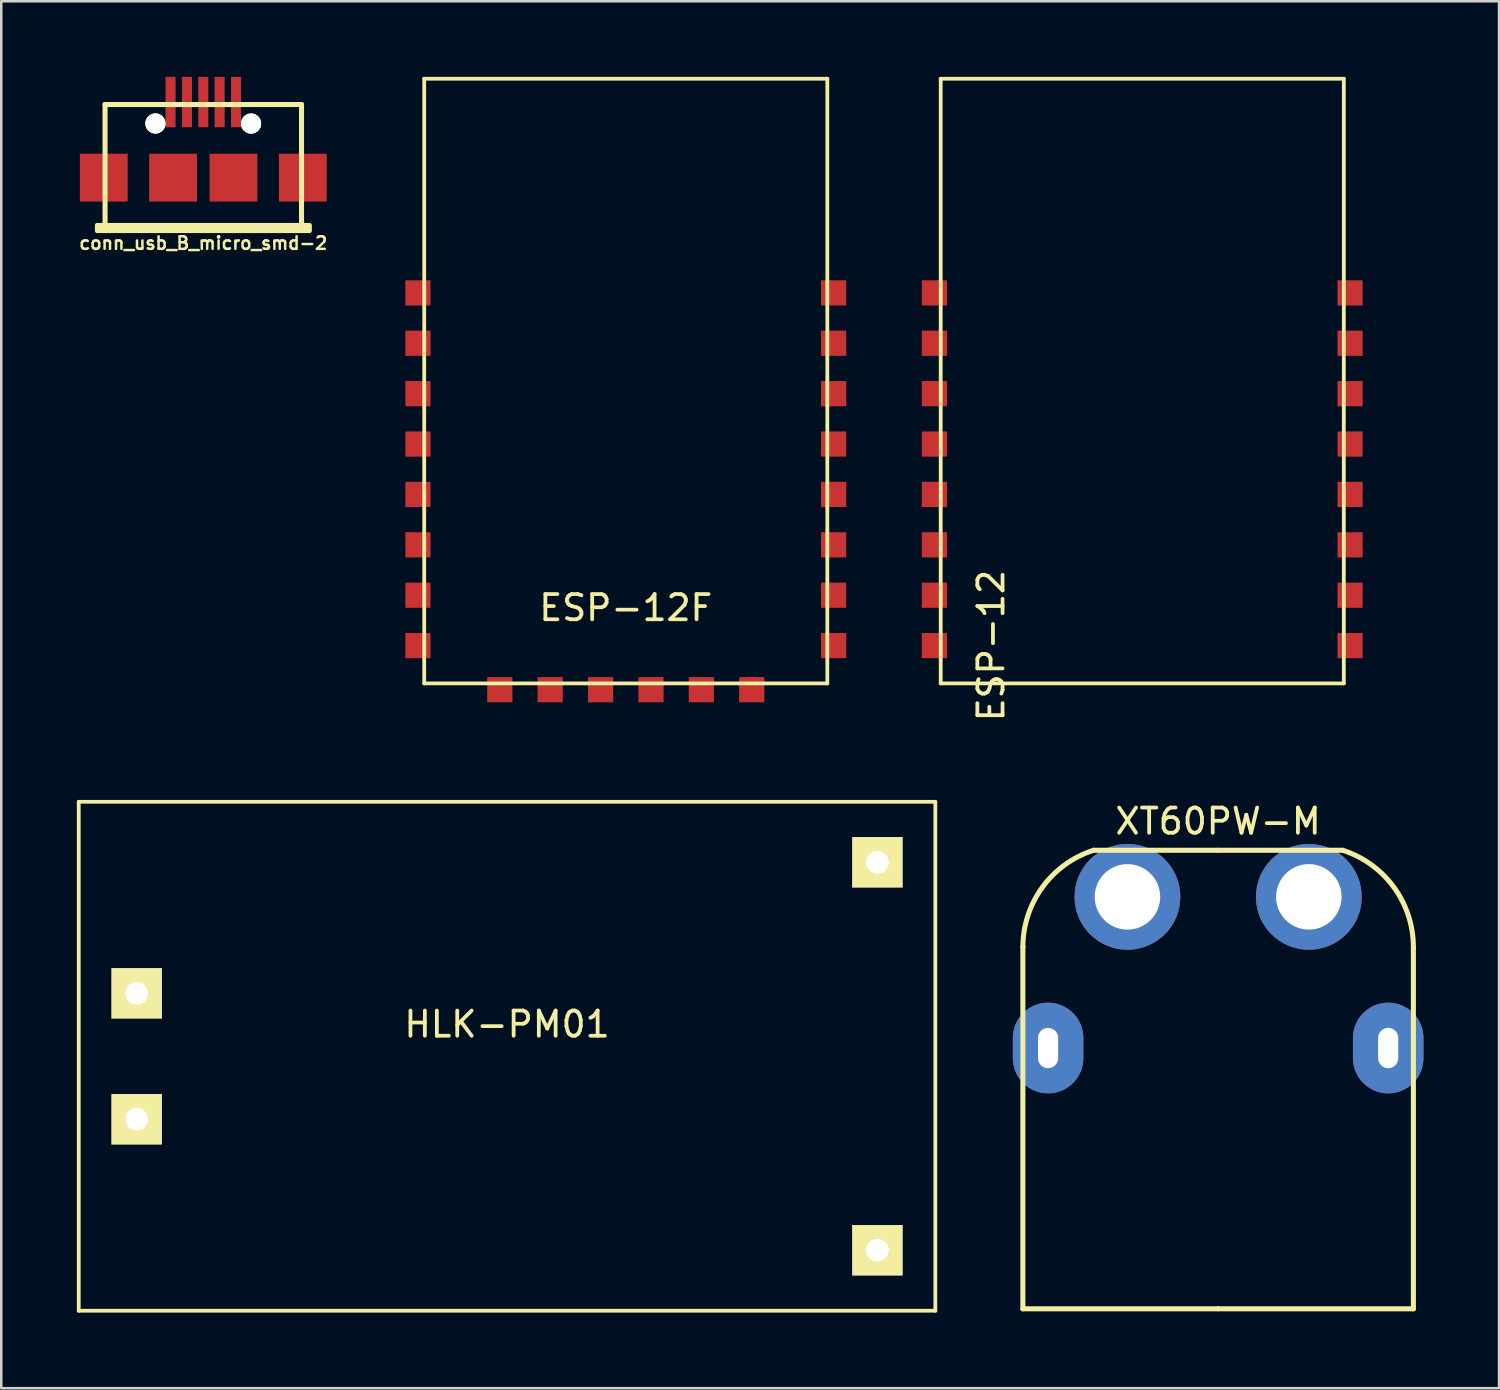
<source format=kicad_pcb>
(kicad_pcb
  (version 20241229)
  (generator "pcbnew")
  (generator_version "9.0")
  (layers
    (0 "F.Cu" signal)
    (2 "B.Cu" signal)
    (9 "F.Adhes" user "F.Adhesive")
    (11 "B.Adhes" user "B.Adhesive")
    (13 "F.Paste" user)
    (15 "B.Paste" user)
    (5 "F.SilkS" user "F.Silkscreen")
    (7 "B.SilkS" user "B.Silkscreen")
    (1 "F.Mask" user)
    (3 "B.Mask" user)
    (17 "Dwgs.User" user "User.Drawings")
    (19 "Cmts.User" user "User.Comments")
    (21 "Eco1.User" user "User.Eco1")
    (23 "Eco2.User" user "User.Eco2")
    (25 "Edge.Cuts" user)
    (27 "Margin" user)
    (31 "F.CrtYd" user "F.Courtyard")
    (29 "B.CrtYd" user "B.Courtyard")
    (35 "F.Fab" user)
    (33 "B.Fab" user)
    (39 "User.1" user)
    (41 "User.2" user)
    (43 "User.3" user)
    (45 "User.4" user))
  (footprint "HLK-PM01"
    (layer "F.Cu")
    (at 17.075 38.875)
    (property "Reference" "HLK-PM01" (at 0 -1.27 0) (layer "F.SilkS") (effects (font (size 1 1) (thickness 0.15))))
    (attr through_hole)
    (fp_line (start -17 -10.1) (end 17 -10.1) (stroke (width 0.15) (type solid)) (layer "F.SilkS"))
    (fp_line (start -17 10.1) (end -17 -10.1) (stroke (width 0.15) (type solid)) (layer "F.SilkS"))
    (fp_line (start 17 -10.1) (end 17 10.1) (stroke (width 0.15) (type solid)) (layer "F.SilkS"))
    (fp_line (start 17 10.1) (end -17 10.1) (stroke (width 0.15) (type solid)) (layer "F.SilkS"))
    (pad "1" thru_hole rect (at -14.7 -2.5) (size 2 2) (drill 0.9) (layers "*.Cu" "*.Mask" "F.SilkS"))
    (pad "2" thru_hole rect (at -14.7 2.5) (size 2 2) (drill 0.9) (layers "*.Cu" "*.Mask" "F.SilkS"))
    (pad "3" thru_hole rect (at 14.7 -7.7) (size 2 2) (drill 0.9) (layers "*.Cu" "*.Mask" "F.SilkS"))
    (pad "4" thru_hole rect (at 14.7 7.7) (size 2 2) (drill 0.9) (layers "*.Cu" "*.Mask" "F.SilkS")))
  (footprint "conn_usb_B_micro_smd-2"
    (layer "F.Cu")
    (at 5.019 4)
    (property "Reference" "conn_usb_B_micro_smd-2" (at 0 2.601 0) (layer "F.SilkS") (effects (font (size 0.5 0.5) (thickness 0.099))))
    (attr through_hole)
    (fp_line (start -4.201 1.9) (end -4.201 2.101) (stroke (width 0.201) (type solid)) (layer "F.SilkS"))
    (fp_line (start -4.201 1.999) (end 4.201 1.999) (stroke (width 0.201) (type solid)) (layer "F.SilkS"))
    (fp_line (start -4.201 2.101) (end 4.201 2.101) (stroke (width 0.201) (type solid)) (layer "F.SilkS"))
    (fp_line (start -3.899 -2.901) (end 3.899 -2.901) (stroke (width 0.201) (type solid)) (layer "F.SilkS"))
    (fp_line (start -3.899 2.101) (end -3.899 -2.901) (stroke (width 0.201) (type solid)) (layer "F.SilkS"))
    (fp_line (start 3.899 -2.901) (end 3.899 2.101) (stroke (width 0.201) (type solid)) (layer "F.SilkS"))
    (fp_line (start 4.201 1.9) (end -4.201 1.9) (stroke (width 0.201) (type solid)) (layer "F.SilkS"))
    (fp_line (start 4.201 2.101) (end 4.201 1.9) (stroke (width 0.201) (type solid)) (layer "F.SilkS"))
    (pad "1" thru_hole circle (at -1.9 -2.149) (size 0.798 0.798) (drill 0.798) (layers "*.Cu" "*.Mask" "F.SilkS"))
    (pad "1" smd rect (at -1.3 -3) (size 0.399 2) (layers "F.Cu" "F.Mask" "F.Paste"))
    (pad "2" smd rect (at -0.648 -3) (size 0.399 2) (layers "F.Cu" "F.Mask" "F.Paste"))
    (pad "3" smd rect (at 0 -3) (size 0.399 2) (layers "F.Cu" "F.Mask" "F.Paste"))
    (pad "4" smd rect (at 0.648 -3) (size 0.399 2) (layers "F.Cu" "F.Mask" "F.Paste"))
    (pad "5" smd rect (at 1.3 -3) (size 0.399 2) (layers "F.Cu" "F.Mask" "F.Paste"))
    (pad "5" thru_hole circle (at 1.897 -2.146) (size 0.798 0.798) (drill 0.798) (layers "*.Cu" "*.Mask" "F.SilkS"))
    (pad "6" smd rect (at -3.95 0) (size 1.897 1.897) (layers "F.Cu" "F.Mask" "F.Paste"))
    (pad "6" smd rect (at -1.199 0) (size 1.897 1.897) (layers "F.Cu" "F.Mask" "F.Paste"))
    (pad "6" smd rect (at 1.199 0) (size 1.897 1.897) (layers "F.Cu" "F.Mask" "F.Paste"))
    (pad "6" smd rect (at 3.95 0) (size 1.897 1.897) (layers "F.Cu" "F.Mask" "F.Paste")))
  (footprint "XT60PW-M"
    (layer "F.Cu")
    (at 45.3 32.548)
    (property "Reference" "XT60PW-M" (at 0 -3 0) (layer "F.SilkS") (effects (font (size 1 1) (thickness 0.15))))
    (attr through_hole)
    (fp_line (start -7.75 1.996) (end -7.75 16.35) (stroke (width 0.2) (type solid)) (layer "F.SilkS"))
    (fp_line (start -7.75 16.35) (end 0 16.35) (stroke (width 0.2) (type solid)) (layer "F.SilkS"))
    (fp_line (start 0 -1.85) (end -4.942 -1.85) (stroke (width 0.2) (type solid)) (layer "F.SilkS"))
    (fp_line (start 0 -1.85) (end 4.942 -1.85) (stroke (width 0.2) (type solid)) (layer "F.SilkS"))
    (fp_line (start 7.75 1.996) (end 7.75 16.35) (stroke (width 0.2) (type solid)) (layer "F.SilkS"))
    (fp_line (start 7.75 16.35) (end 0 16.35) (stroke (width 0.2) (type solid)) (layer "F.SilkS"))
    (fp_arc (start -7.75 1.9964) (mid -6.973425 -0.384658) (end -4.942354 -1.85001) (stroke (width 0.2) (type solid)) (layer "F.SilkS"))
    (fp_arc (start 4.942354 -1.85001) (mid 6.973425 -0.384658) (end 7.75 1.9964) (stroke (width 0.2) (type solid)) (layer "F.SilkS"))
    (pad "" thru_hole oval (at -6.75 6) (size 2.8 3.6) (drill oval 0.8 1.6) (layers "*.Cu" "*.Mask"))
    (pad "" thru_hole oval (at 6.75 6) (size 2.8 3.6) (drill oval 0.8 1.6) (layers "*.Cu" "*.Mask"))
    (pad "1" thru_hole circle (at -3.6 0) (size 4.2 4.2) (drill 2.6) (layers "*.Cu" "*.Mask"))
    (pad "2" thru_hole circle (at 3.6 0) (size 4.2 4.2) (drill 2.6) (layers "*.Cu" "*.Mask")))
  (footprint "ESP-12"
    (layer "F.Cu")
    (at 42.288 24.075)
    (property "Reference" "ESP-12" (at -6 -1.5 90) (layer "F.SilkS") (effects (font (size 1 1) (thickness 0.15))))
    (attr through_hole)
    (fp_line (start -8 -24) (end 8 -24) (stroke (width 0.15) (type solid)) (layer "F.SilkS"))
    (fp_line (start -8 0) (end -8 -24) (stroke (width 0.15) (type solid)) (layer "F.SilkS"))
    (fp_line (start 8 -24) (end 8 0) (stroke (width 0.15) (type solid)) (layer "F.SilkS"))
    (fp_line (start 8 0) (end -8 0) (stroke (width 0.15) (type solid)) (layer "F.SilkS"))
    (pad "1" smd rect (at -8.25 -15.5) (size 1 1) (layers "F.Cu" "F.Mask" "F.Paste"))
    (pad "2" smd rect (at -8.25 -13.5) (size 1 1) (layers "F.Cu" "F.Mask" "F.Paste"))
    (pad "3" smd rect (at -8.25 -11.5) (size 1 1) (layers "F.Cu" "F.Mask" "F.Paste"))
    (pad "4" smd rect (at -8.25 -9.5) (size 1 1) (layers "F.Cu" "F.Mask" "F.Paste"))
    (pad "5" smd rect (at -8.25 -7.5) (size 1 1) (layers "F.Cu" "F.Mask" "F.Paste"))
    (pad "6" smd rect (at -8.25 -5.5) (size 1 1) (layers "F.Cu" "F.Mask" "F.Paste"))
    (pad "7" smd rect (at -8.25 -3.5) (size 1 1) (layers "F.Cu" "F.Mask" "F.Paste"))
    (pad "8" smd rect (at -8.25 -1.5) (size 1 1) (layers "F.Cu" "F.Mask" "F.Paste"))
    (pad "9" smd rect (at 8.25 -1.5) (size 1 1) (layers "F.Cu" "F.Mask" "F.Paste"))
    (pad "10" smd rect (at 8.25 -3.5) (size 1 1) (layers "F.Cu" "F.Mask" "F.Paste"))
    (pad "11" smd rect (at 8.25 -5.5) (size 1 1) (layers "F.Cu" "F.Mask" "F.Paste"))
    (pad "12" smd rect (at 8.25 -7.5) (size 1 1) (layers "F.Cu" "F.Mask" "F.Paste"))
    (pad "13" smd rect (at 8.25 -9.5) (size 1 1) (layers "F.Cu" "F.Mask" "F.Paste"))
    (pad "14" smd rect (at 8.25 -11.5) (size 1 1) (layers "F.Cu" "F.Mask" "F.Paste"))
    (pad "15" smd rect (at 8.25 -13.5) (size 1 1) (layers "F.Cu" "F.Mask" "F.Paste"))
    (pad "16" smd rect (at 8.25 -15.5) (size 1 1) (layers "F.Cu" "F.Mask" "F.Paste")))
  (footprint "ESP-12F"
    (layer "F.Cu")
    (at 21.788 24.075)
    (property "Reference" "ESP-12F" (at 0 -3 0) (layer "F.SilkS") (effects (font (size 1 1) (thickness 0.15))))
    (attr through_hole)
    (fp_line (start -8 -24) (end 8 -24) (stroke (width 0.15) (type solid)) (layer "F.SilkS"))
    (fp_line (start -8 0) (end -8 -24) (stroke (width 0.15) (type solid)) (layer "F.SilkS"))
    (fp_line (start 8 -24) (end 8 0) (stroke (width 0.15) (type solid)) (layer "F.SilkS"))
    (fp_line (start 8 0) (end -8 0) (stroke (width 0.15) (type solid)) (layer "F.SilkS"))
    (pad "1" smd rect (at -8.25 -15.5) (size 1 1) (layers "F.Cu" "F.Mask" "F.Paste"))
    (pad "2" smd rect (at -8.25 -13.5) (size 1 1) (layers "F.Cu" "F.Mask" "F.Paste"))
    (pad "3" smd rect (at -8.25 -11.5) (size 1 1) (layers "F.Cu" "F.Mask" "F.Paste"))
    (pad "4" smd rect (at -8.25 -9.5) (size 1 1) (layers "F.Cu" "F.Mask" "F.Paste"))
    (pad "5" smd rect (at -8.25 -7.5) (size 1 1) (layers "F.Cu" "F.Mask" "F.Paste"))
    (pad "6" smd rect (at -8.25 -5.5) (size 1 1) (layers "F.Cu" "F.Mask" "F.Paste"))
    (pad "7" smd rect (at -8.25 -3.5) (size 1 1) (layers "F.Cu" "F.Mask" "F.Paste"))
    (pad "8" smd rect (at -8.25 -1.5) (size 1 1) (layers "F.Cu" "F.Mask" "F.Paste"))
    (pad "9" smd rect (at 8.25 -1.5) (size 1 1) (layers "F.Cu" "F.Mask" "F.Paste"))
    (pad "10" smd rect (at 8.25 -3.5) (size 1 1) (layers "F.Cu" "F.Mask" "F.Paste"))
    (pad "11" smd rect (at 8.25 -5.5) (size 1 1) (layers "F.Cu" "F.Mask" "F.Paste"))
    (pad "12" smd rect (at 8.25 -7.5) (size 1 1) (layers "F.Cu" "F.Mask" "F.Paste"))
    (pad "13" smd rect (at 8.25 -9.5) (size 1 1) (layers "F.Cu" "F.Mask" "F.Paste"))
    (pad "14" smd rect (at 8.25 -11.5) (size 1 1) (layers "F.Cu" "F.Mask" "F.Paste"))
    (pad "15" smd rect (at 8.25 -13.5) (size 1 1) (layers "F.Cu" "F.Mask" "F.Paste"))
    (pad "16" smd rect (at 8.25 -15.5) (size 1 1) (layers "F.Cu" "F.Mask" "F.Paste"))
    (pad "17" smd rect (at -5 0.25) (size 1 1) (layers "F.Cu" "F.Mask" "F.Paste"))
    (pad "18" smd rect (at -3 0.25) (size 1 1) (layers "F.Cu" "F.Mask" "F.Paste"))
    (pad "19" smd rect (at -1 0.25) (size 1 1) (layers "F.Cu" "F.Mask" "F.Paste"))
    (pad "20" smd rect (at 1 0.25) (size 1 1) (layers "F.Cu" "F.Mask" "F.Paste"))
    (pad "21" smd rect (at 3 0.25) (size 1 1) (layers "F.Cu" "F.Mask" "F.Paste"))
    (pad "22" smd rect (at 5 0.25) (size 1 1) (layers "F.Cu" "F.Mask" "F.Paste")))
  (gr_rect
    (start -3 -3)
    (end 56.45 52.05)
    (stroke (width 0.1) (type default))
    (fill no)
    (layer "Edge.Cuts")))
</source>
